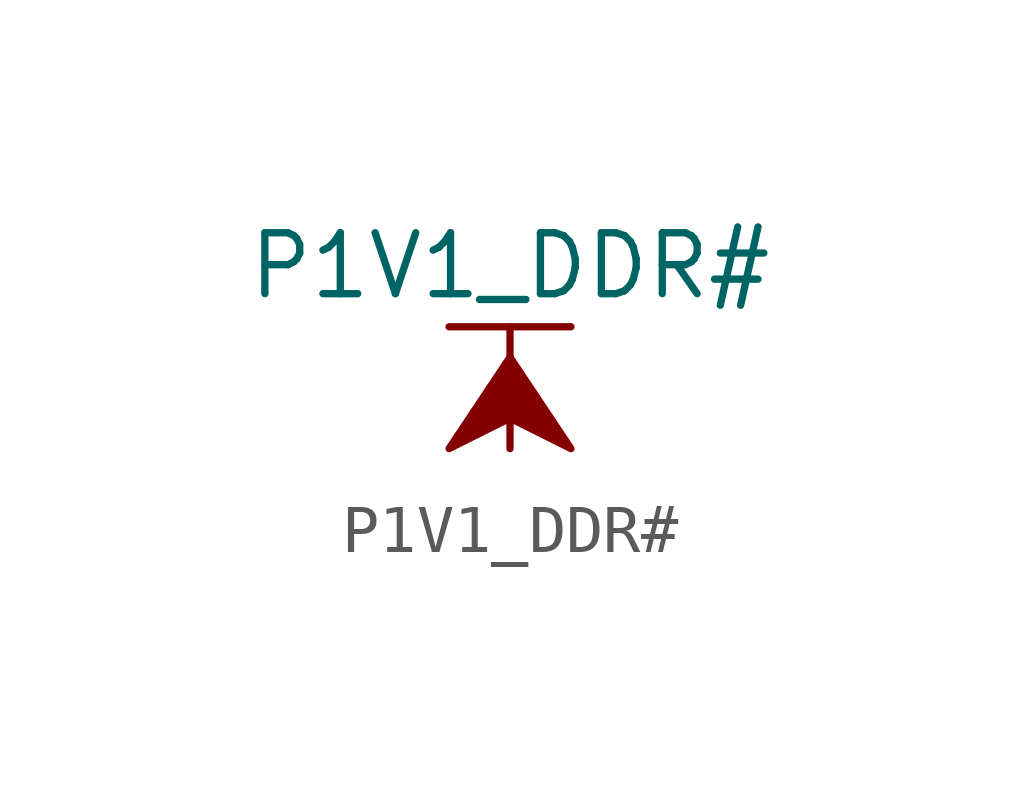
<source format=kicad_sym>
(kicad_symbol_lib
  (version 20211014)
  (generator kicad_symbol_editor)
  (symbol "P1V1_DDR#"
    (power)
    (pin_names
      (offset 0))
    (property "Reference" "#PWR"
      (at 0 -3.81 0)
      (effects (font (size 1.27 1.27)) hide))
    (property "Value" "P1V1_DDR#"
      (at 0 3.81 0)
      (effects (font (size 1.27 1.27))))
    (symbol "P1V1_DDR#_0_1"
      (polyline (pts (xy -1.27 2.54) (xy 1.27 2.54)) (stroke (width 0.152) (type default) (color 0 0 0 0)) (fill (type none)))
      (polyline (pts (xy 0 0) (xy 0 2.54)) (stroke (width 0.152) (type default) (color 0 0 0 0)) (fill (type none)))
      (polyline (pts (xy 0 1.905) (xy -1.27 0) (xy 0 0.635) (xy 1.27 0) (xy 0 1.905)) (stroke (width 0.152) (type default) (color 0 0 0 0)) (fill (type outline))))
    (symbol "P1V1_DDR#_1_1"
      (pin power_in line (at 0 0 90) (length 0) hide (name "P1V1_DDR#" (effects (font (size 1.27 1.27)))) (number "1" (effects (font (size 1.27 1.27))))))))
</source>
